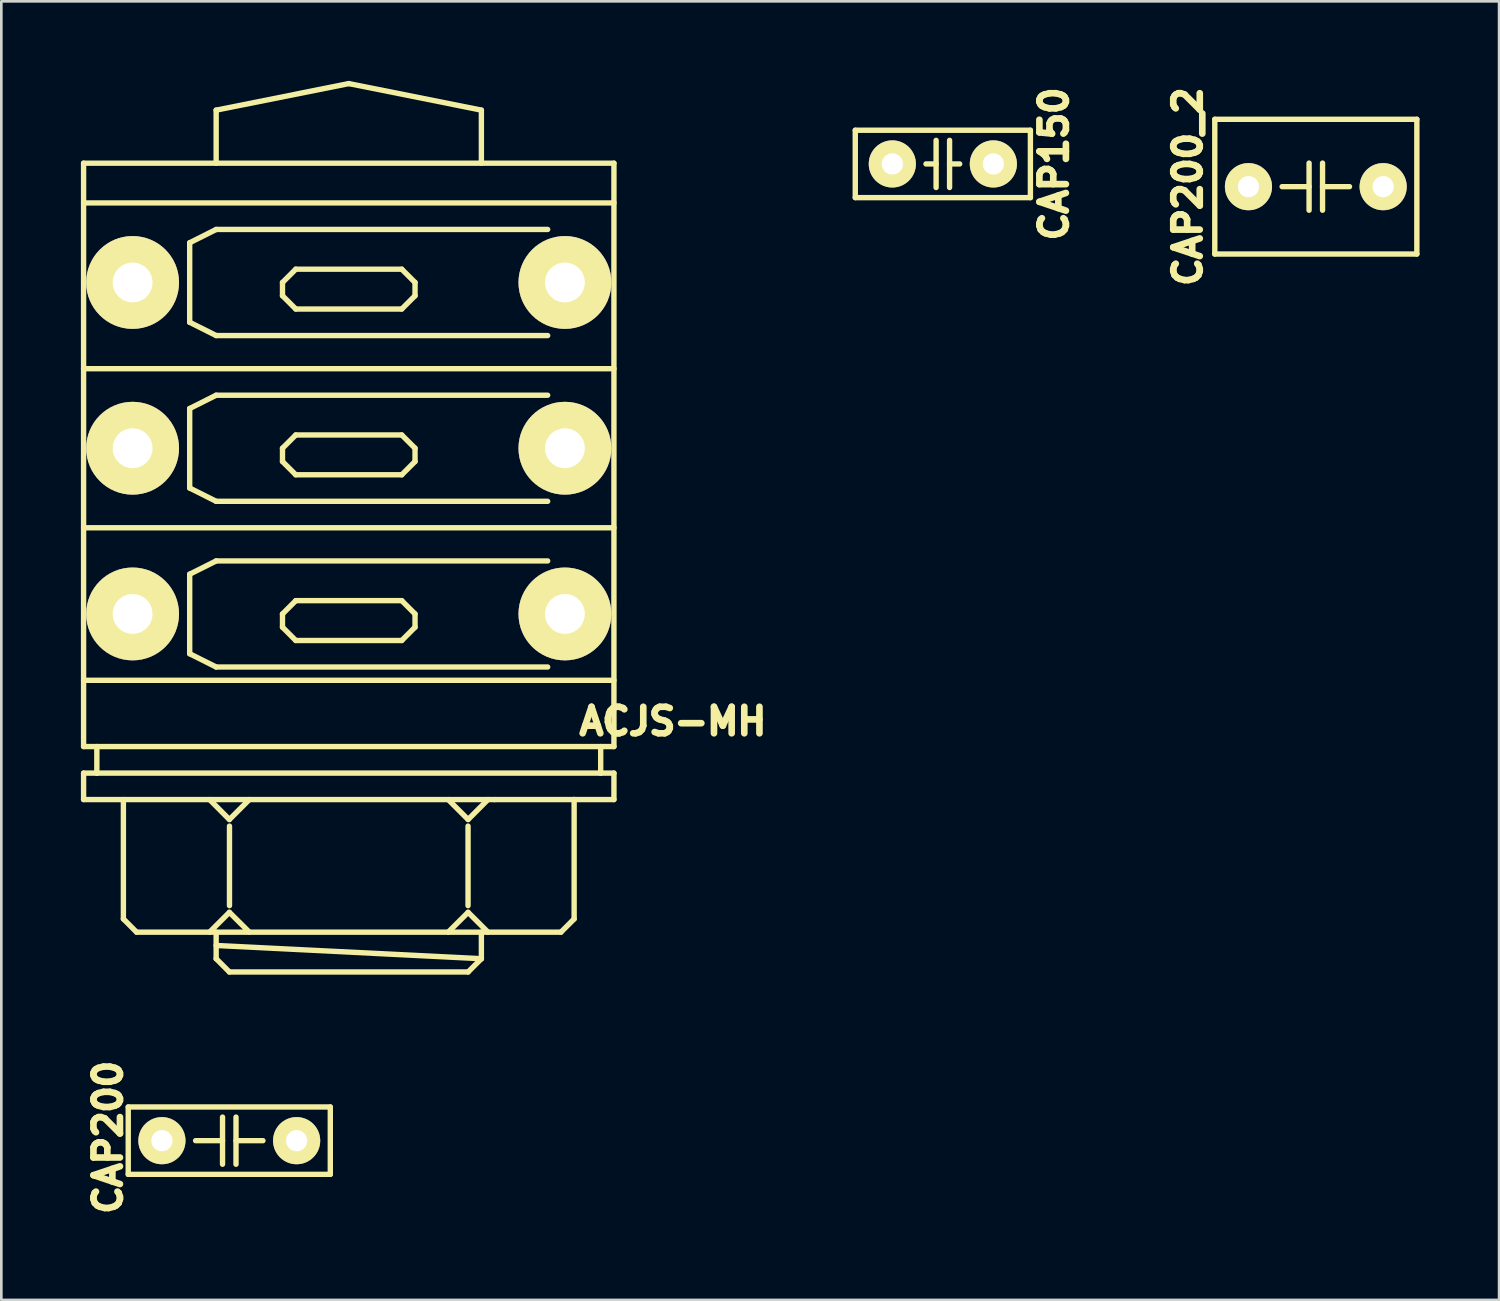
<source format=kicad_pcb>
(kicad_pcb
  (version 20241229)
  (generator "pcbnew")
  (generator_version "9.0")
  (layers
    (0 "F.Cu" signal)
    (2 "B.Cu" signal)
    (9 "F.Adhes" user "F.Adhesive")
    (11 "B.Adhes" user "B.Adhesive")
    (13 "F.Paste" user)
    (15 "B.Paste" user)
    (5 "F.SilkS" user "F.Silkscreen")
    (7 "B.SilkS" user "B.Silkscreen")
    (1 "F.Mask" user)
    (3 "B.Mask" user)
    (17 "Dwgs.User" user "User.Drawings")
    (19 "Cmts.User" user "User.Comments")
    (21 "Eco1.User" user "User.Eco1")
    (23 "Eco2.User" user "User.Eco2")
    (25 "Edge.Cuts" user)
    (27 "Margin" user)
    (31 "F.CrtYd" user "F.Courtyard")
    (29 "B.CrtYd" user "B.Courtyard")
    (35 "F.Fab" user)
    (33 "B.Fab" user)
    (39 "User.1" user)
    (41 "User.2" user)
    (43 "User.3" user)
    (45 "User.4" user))
  (footprint "CAP200_2"
    (layer "F.Cu")
    (at 46.57 3.989)
    (property "Reference" "CAP200_2" (at -4.826 0 90) (layer "F.SilkS") (effects (font (size 1 1) (thickness 0.25))))
    (attr through_hole)
    (fp_line (start -3.81 -2.54) (end -3.81 2.54) (stroke (width 0.203) (type solid)) (layer "F.SilkS"))
    (fp_line (start -3.81 2.54) (end 3.81 2.54) (stroke (width 0.203) (type solid)) (layer "F.SilkS"))
    (fp_line (start -0.254 -0.889) (end -0.254 0.889) (stroke (width 0.203) (type solid)) (layer "F.SilkS"))
    (fp_line (start -0.254 0) (end -1.27 0) (stroke (width 0.203) (type solid)) (layer "F.SilkS"))
    (fp_line (start 0.254 -0.889) (end 0.254 0.889) (stroke (width 0.203) (type solid)) (layer "F.SilkS"))
    (fp_line (start 0.254 0) (end 1.27 0) (stroke (width 0.203) (type solid)) (layer "F.SilkS"))
    (fp_line (start 3.81 -2.54) (end -3.81 -2.54) (stroke (width 0.203) (type solid)) (layer "F.SilkS"))
    (fp_line (start 3.81 -2.54) (end 3.81 2.54) (stroke (width 0.203) (type solid)) (layer "F.SilkS"))
    (pad "1" thru_hole circle (at -2.54 0) (size 1.778 1.778) (drill 0.8) (layers "*.Cu" "*.Mask" "F.SilkS"))
    (pad "2" thru_hole circle (at 2.54 0) (size 1.778 1.778) (drill 0.8) (layers "*.Cu" "*.Mask" "F.SilkS")))
  (footprint "CAP200"
    (layer "F.Cu")
    (at 5.596 39.965)
    (property "Reference" "CAP200" (at -4.572 -0.127 90) (layer "F.SilkS") (effects (font (size 1 1) (thickness 0.25))))
    (attr through_hole)
    (fp_line (start -3.81 1.27) (end -3.81 -1.27) (stroke (width 0.203) (type solid)) (layer "F.SilkS"))
    (fp_line (start -3.81 1.27) (end 3.81 1.27) (stroke (width 0.203) (type solid)) (layer "F.SilkS"))
    (fp_line (start -0.254 -0.889) (end -0.254 0.889) (stroke (width 0.203) (type solid)) (layer "F.SilkS"))
    (fp_line (start -0.254 0) (end -1.27 0) (stroke (width 0.203) (type solid)) (layer "F.SilkS"))
    (fp_line (start 0.254 -0.889) (end 0.254 0.889) (stroke (width 0.203) (type solid)) (layer "F.SilkS"))
    (fp_line (start 0.254 0) (end 1.27 0) (stroke (width 0.203) (type solid)) (layer "F.SilkS"))
    (fp_line (start 3.81 -1.27) (end -3.81 -1.27) (stroke (width 0.203) (type solid)) (layer "F.SilkS"))
    (fp_line (start 3.81 -1.27) (end 3.81 1.27) (stroke (width 0.203) (type solid)) (layer "F.SilkS"))
    (pad "1" thru_hole circle (at -2.54 0) (size 1.778 1.778) (drill 0.8) (layers "*.Cu" "*.Mask" "F.SilkS"))
    (pad "2" thru_hole circle (at 2.54 0) (size 1.778 1.778) (drill 0.8) (layers "*.Cu" "*.Mask" "F.SilkS")))
  (footprint "ACJS-MH"
    (layer "F.Cu")
    (at 10.102 25.103)
    (property "Reference" "ACJS-MH" (at 12.225 -0.95 0) (layer "F.SilkS") (effects (font (size 1 1) (thickness 0.25))))
    (attr through_hole)
    (fp_line (start -10 -21.999) (end -10 0) (stroke (width 0.203) (type solid)) (layer "F.SilkS"))
    (fp_line (start -10 -20.5) (end 10 -20.5) (stroke (width 0.203) (type solid)) (layer "F.SilkS"))
    (fp_line (start -10 -14.249) (end 10 -14.249) (stroke (width 0.203) (type solid)) (layer "F.SilkS"))
    (fp_line (start -10 -8.25) (end 10 -8.25) (stroke (width 0.203) (type solid)) (layer "F.SilkS"))
    (fp_line (start -10 -2.499) (end 10 -2.499) (stroke (width 0.203) (type solid)) (layer "F.SilkS"))
    (fp_line (start -10 0) (end 10 0) (stroke (width 0.203) (type solid)) (layer "F.SilkS"))
    (fp_line (start -10 1.001) (end -9.5 1.001) (stroke (width 0.203) (type solid)) (layer "F.SilkS"))
    (fp_line (start -10 1.999) (end -10 1.001) (stroke (width 0.203) (type solid)) (layer "F.SilkS"))
    (fp_line (start -9.5 0) (end -9.5 1.001) (stroke (width 0.203) (type solid)) (layer "F.SilkS"))
    (fp_line (start -9.5 1.001) (end 9.5 1.001) (stroke (width 0.203) (type solid)) (layer "F.SilkS"))
    (fp_line (start -8.499 1.999) (end -8.499 6.5) (stroke (width 0.203) (type solid)) (layer "F.SilkS"))
    (fp_line (start -8.499 6.5) (end -8.001 7) (stroke (width 0.203) (type solid)) (layer "F.SilkS"))
    (fp_line (start -5.999 -18.999) (end -5.999 -15.999) (stroke (width 0.203) (type solid)) (layer "F.SilkS"))
    (fp_line (start -5.999 -15.999) (end -5.001 -15.499) (stroke (width 0.203) (type solid)) (layer "F.SilkS"))
    (fp_line (start -5.999 -12.748) (end -5.999 -9.749) (stroke (width 0.203) (type solid)) (layer "F.SilkS"))
    (fp_line (start -5.999 -9.749) (end -5.001 -9.248) (stroke (width 0.203) (type solid)) (layer "F.SilkS"))
    (fp_line (start -5.999 -6.5) (end -5.999 -3.5) (stroke (width 0.203) (type solid)) (layer "F.SilkS"))
    (fp_line (start -5.999 -3.5) (end -5.001 -3) (stroke (width 0.203) (type solid)) (layer "F.SilkS"))
    (fp_line (start -5.001 -24) (end -5.001 -21.999) (stroke (width 0.203) (type solid)) (layer "F.SilkS"))
    (fp_line (start -5.001 -19.5) (end -5.999 -18.999) (stroke (width 0.203) (type solid)) (layer "F.SilkS"))
    (fp_line (start -5.001 -15.499) (end 7.501 -15.499) (stroke (width 0.203) (type solid)) (layer "F.SilkS"))
    (fp_line (start -5.001 -13.249) (end -5.999 -12.748) (stroke (width 0.203) (type solid)) (layer "F.SilkS"))
    (fp_line (start -5.001 -9.248) (end 7.501 -9.248) (stroke (width 0.203) (type solid)) (layer "F.SilkS"))
    (fp_line (start -5.001 -7) (end -5.999 -6.5) (stroke (width 0.203) (type solid)) (layer "F.SilkS"))
    (fp_line (start -5.001 -3) (end 7.501 -3) (stroke (width 0.203) (type solid)) (layer "F.SilkS"))
    (fp_line (start -5.001 7.501) (end 5.001 8.001) (stroke (width 0.203) (type solid)) (layer "F.SilkS"))
    (fp_line (start -5.001 8.001) (end -5.001 7) (stroke (width 0.203) (type solid)) (layer "F.SilkS"))
    (fp_line (start -4.501 2.751) (end -5.25 1.999) (stroke (width 0.203) (type solid)) (layer "F.SilkS"))
    (fp_line (start -4.501 2.751) (end -3.749 1.999) (stroke (width 0.203) (type solid)) (layer "F.SilkS"))
    (fp_line (start -4.501 6.251) (end -5.25 7) (stroke (width 0.203) (type solid)) (layer "F.SilkS"))
    (fp_line (start -4.501 6.251) (end -3.749 7) (stroke (width 0.203) (type solid)) (layer "F.SilkS"))
    (fp_line (start -4.501 8.501) (end -5.001 8.001) (stroke (width 0.203) (type solid)) (layer "F.SilkS"))
    (fp_line (start -4.498 3) (end -4.498 5.999) (stroke (width 0.203) (type solid)) (layer "F.SilkS"))
    (fp_line (start -2.499 -17.501) (end -1.999 -18.001) (stroke (width 0.203) (type solid)) (layer "F.SilkS"))
    (fp_line (start -2.499 -17) (end -2.499 -17.501) (stroke (width 0.203) (type solid)) (layer "F.SilkS"))
    (fp_line (start -2.499 -11.25) (end -1.999 -11.75) (stroke (width 0.203) (type solid)) (layer "F.SilkS"))
    (fp_line (start -2.499 -10.749) (end -2.499 -11.25) (stroke (width 0.203) (type solid)) (layer "F.SilkS"))
    (fp_line (start -2.499 -5.001) (end -1.999 -5.502) (stroke (width 0.203) (type solid)) (layer "F.SilkS"))
    (fp_line (start -2.499 -4.501) (end -2.499 -5.001) (stroke (width 0.203) (type solid)) (layer "F.SilkS"))
    (fp_line (start -1.999 -18.001) (end 1.999 -18.001) (stroke (width 0.203) (type solid)) (layer "F.SilkS"))
    (fp_line (start -1.999 -16.5) (end -2.499 -17) (stroke (width 0.203) (type solid)) (layer "F.SilkS"))
    (fp_line (start -1.999 -11.75) (end 1.999 -11.75) (stroke (width 0.203) (type solid)) (layer "F.SilkS"))
    (fp_line (start -1.999 -10.249) (end -2.499 -10.749) (stroke (width 0.203) (type solid)) (layer "F.SilkS"))
    (fp_line (start -1.999 -5.502) (end 1.999 -5.502) (stroke (width 0.203) (type solid)) (layer "F.SilkS"))
    (fp_line (start -1.999 -4) (end -2.499 -4.501) (stroke (width 0.203) (type solid)) (layer "F.SilkS"))
    (fp_line (start 0 -25.001) (end -5.001 -24) (stroke (width 0.203) (type solid)) (layer "F.SilkS"))
    (fp_line (start 0 -25.001) (end 5.001 -24) (stroke (width 0.203) (type solid)) (layer "F.SilkS"))
    (fp_line (start 1.999 -18.001) (end 2.499 -17.501) (stroke (width 0.203) (type solid)) (layer "F.SilkS"))
    (fp_line (start 1.999 -16.5) (end -1.999 -16.5) (stroke (width 0.203) (type solid)) (layer "F.SilkS"))
    (fp_line (start 1.999 -11.75) (end 2.499 -11.25) (stroke (width 0.203) (type solid)) (layer "F.SilkS"))
    (fp_line (start 1.999 -10.249) (end -1.999 -10.249) (stroke (width 0.203) (type solid)) (layer "F.SilkS"))
    (fp_line (start 1.999 -5.502) (end 2.499 -5.001) (stroke (width 0.203) (type solid)) (layer "F.SilkS"))
    (fp_line (start 1.999 -4) (end -1.999 -4) (stroke (width 0.203) (type solid)) (layer "F.SilkS"))
    (fp_line (start 2.499 -17.501) (end 2.499 -17) (stroke (width 0.203) (type solid)) (layer "F.SilkS"))
    (fp_line (start 2.499 -17) (end 1.999 -16.5) (stroke (width 0.203) (type solid)) (layer "F.SilkS"))
    (fp_line (start 2.499 -11.25) (end 2.499 -10.749) (stroke (width 0.203) (type solid)) (layer "F.SilkS"))
    (fp_line (start 2.499 -10.749) (end 1.999 -10.249) (stroke (width 0.203) (type solid)) (layer "F.SilkS"))
    (fp_line (start 2.499 -5.001) (end 2.499 -4.501) (stroke (width 0.203) (type solid)) (layer "F.SilkS"))
    (fp_line (start 2.499 -4.501) (end 1.999 -4) (stroke (width 0.203) (type solid)) (layer "F.SilkS"))
    (fp_line (start 4.498 3) (end 4.498 5.999) (stroke (width 0.203) (type solid)) (layer "F.SilkS"))
    (fp_line (start 4.501 2.751) (end 3.749 1.999) (stroke (width 0.203) (type solid)) (layer "F.SilkS"))
    (fp_line (start 4.501 2.751) (end 5.25 1.999) (stroke (width 0.203) (type solid)) (layer "F.SilkS"))
    (fp_line (start 4.501 6.251) (end 3.749 7) (stroke (width 0.203) (type solid)) (layer "F.SilkS"))
    (fp_line (start 4.501 6.251) (end 5.25 7) (stroke (width 0.203) (type solid)) (layer "F.SilkS"))
    (fp_line (start 4.501 8.501) (end -4.501 8.501) (stroke (width 0.203) (type solid)) (layer "F.SilkS"))
    (fp_line (start 5.001 -24) (end 5.001 -21.999) (stroke (width 0.203) (type solid)) (layer "F.SilkS"))
    (fp_line (start 5.001 8.001) (end 4.501 8.501) (stroke (width 0.203) (type solid)) (layer "F.SilkS"))
    (fp_line (start 5.001 8.001) (end 5.001 7) (stroke (width 0.203) (type solid)) (layer "F.SilkS"))
    (fp_line (start 5.499 1.999) (end -10 1.999) (stroke (width 0.203) (type solid)) (layer "F.SilkS"))
    (fp_line (start 7.501 -19.5) (end -5.001 -19.5) (stroke (width 0.203) (type solid)) (layer "F.SilkS"))
    (fp_line (start 7.501 -13.249) (end -5.001 -13.249) (stroke (width 0.203) (type solid)) (layer "F.SilkS"))
    (fp_line (start 7.501 -7) (end -5.001 -7) (stroke (width 0.203) (type solid)) (layer "F.SilkS"))
    (fp_line (start 8.001 7) (end -8.001 7) (stroke (width 0.203) (type solid)) (layer "F.SilkS"))
    (fp_line (start 8.499 1.999) (end 5.499 1.999) (stroke (width 0.203) (type solid)) (layer "F.SilkS"))
    (fp_line (start 8.499 1.999) (end 8.499 6.5) (stroke (width 0.203) (type solid)) (layer "F.SilkS"))
    (fp_line (start 8.499 6.5) (end 8.001 7) (stroke (width 0.203) (type solid)) (layer "F.SilkS"))
    (fp_line (start 9.5 1.001) (end 9.5 0) (stroke (width 0.203) (type solid)) (layer "F.SilkS"))
    (fp_line (start 10 -21.999) (end -10 -21.999) (stroke (width 0.203) (type solid)) (layer "F.SilkS"))
    (fp_line (start 10 0) (end 10 -21.999) (stroke (width 0.203) (type solid)) (layer "F.SilkS"))
    (fp_line (start 10 1.001) (end 9.5 1.001) (stroke (width 0.203) (type solid)) (layer "F.SilkS"))
    (fp_line (start 10 1.001) (end 10 1.999) (stroke (width 0.203) (type solid)) (layer "F.SilkS"))
    (fp_line (start 10 1.999) (end 8.499 1.999) (stroke (width 0.203) (type solid)) (layer "F.SilkS"))
    (pad "1" thru_hole circle (at 8.151 -5.001) (size 3.5 3.5) (drill 1.501) (layers "*.Cu" "*.Mask" "F.SilkS"))
    (pad "2" thru_hole circle (at -8.151 -5.001) (size 3.5 3.5) (drill 1.501) (layers "*.Cu" "*.Mask" "F.SilkS"))
    (pad "3" thru_hole circle (at 8.151 -11.25) (size 3.5 3.5) (drill 1.501) (layers "*.Cu" "*.Mask" "F.SilkS"))
    (pad "4" thru_hole circle (at -8.151 -11.25) (size 3.5 3.5) (drill 1.501) (layers "*.Cu" "*.Mask" "F.SilkS"))
    (pad "5" thru_hole circle (at 8.151 -17.501) (size 3.5 3.5) (drill 1.501) (layers "*.Cu" "*.Mask" "F.SilkS"))
    (pad "6" thru_hole circle (at -8.151 -17.501) (size 3.5 3.5) (drill 1.501) (layers "*.Cu" "*.Mask" "F.SilkS")))
  (footprint "CAP150"
    (layer "F.Cu")
    (at 32.505 3.132)
    (property "Reference" "CAP150" (at 4.191 0 90) (layer "F.SilkS") (effects (font (size 1 1) (thickness 0.25))))
    (attr through_hole)
    (fp_line (start -3.302 -1.27) (end 3.302 -1.27) (stroke (width 0.203) (type solid)) (layer "F.SilkS"))
    (fp_line (start -3.302 1.27) (end -3.302 -1.27) (stroke (width 0.203) (type solid)) (layer "F.SilkS"))
    (fp_line (start -0.254 -0.889) (end -0.254 0.889) (stroke (width 0.203) (type solid)) (layer "F.SilkS"))
    (fp_line (start -0.254 0) (end -0.635 0) (stroke (width 0.203) (type solid)) (layer "F.SilkS"))
    (fp_line (start 0.254 -0.889) (end 0.254 0.889) (stroke (width 0.203) (type solid)) (layer "F.SilkS"))
    (fp_line (start 0.254 0) (end 0.635 0) (stroke (width 0.203) (type solid)) (layer "F.SilkS"))
    (fp_line (start 3.302 -1.27) (end 3.302 1.27) (stroke (width 0.203) (type solid)) (layer "F.SilkS"))
    (fp_line (start 3.302 1.27) (end -3.302 1.27) (stroke (width 0.203) (type solid)) (layer "F.SilkS"))
    (pad "1" thru_hole circle (at -1.905 0) (size 1.778 1.778) (drill 0.8) (layers "*.Cu" "*.Mask" "F.SilkS"))
    (pad "2" thru_hole circle (at 1.905 0) (size 1.778 1.778) (drill 0.8) (layers "*.Cu" "*.Mask" "F.SilkS")))
  (gr_rect
    (start -3 -3)
    (end 53.481 45.97)
    (stroke (width 0.1) (type default))
    (fill no)
    (layer "Edge.Cuts")))
</source>
